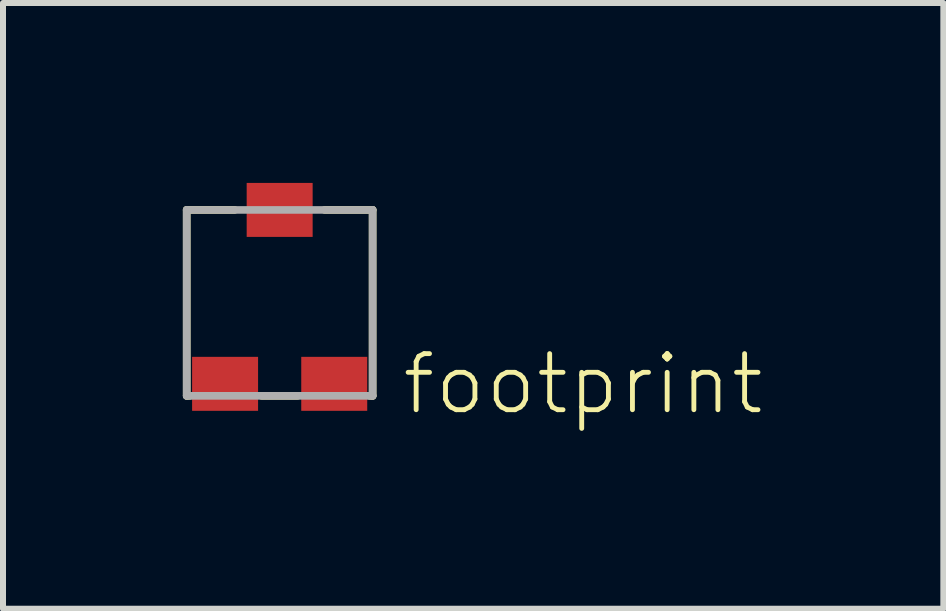
<source format=kicad_pcb>
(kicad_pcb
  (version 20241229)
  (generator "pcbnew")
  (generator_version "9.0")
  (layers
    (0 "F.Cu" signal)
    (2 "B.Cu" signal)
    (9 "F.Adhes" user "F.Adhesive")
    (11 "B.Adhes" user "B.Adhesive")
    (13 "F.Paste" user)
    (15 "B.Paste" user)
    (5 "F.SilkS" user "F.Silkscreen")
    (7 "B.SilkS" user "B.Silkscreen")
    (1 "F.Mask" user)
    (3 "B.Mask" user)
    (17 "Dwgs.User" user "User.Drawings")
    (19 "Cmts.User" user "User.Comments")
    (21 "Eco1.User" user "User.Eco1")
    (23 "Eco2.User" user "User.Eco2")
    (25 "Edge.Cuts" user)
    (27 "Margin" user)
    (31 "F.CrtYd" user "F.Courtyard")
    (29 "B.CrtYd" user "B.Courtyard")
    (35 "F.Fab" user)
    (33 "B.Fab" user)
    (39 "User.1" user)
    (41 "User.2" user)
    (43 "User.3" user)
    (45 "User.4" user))
  (footprint "footprint"
    (layer "F.Cu")
    (at 1.613 1.9)
    (property "Reference" "footprint" (at 2 2 0) (layer "F.SilkS") (effects (font (size 0.935 0.935) (thickness 0.081)) (justify left bottom)))
    (fp_line (start -1.55 -1.45) (end -1.55 1.65) (stroke (width 0.127) (type solid)) (layer "F.SilkS"))
    (fp_line (start -1.55 1.65) (end -1.5 1.65) (stroke (width 0.127) (type solid)) (layer "F.SilkS"))
    (fp_line (start -0.75 -1.45) (end -1.55 -1.45) (stroke (width 0.127) (type solid)) (layer "F.SilkS"))
    (fp_line (start -0.3 1.65) (end 0.3 1.65) (stroke (width 0.127) (type solid)) (layer "F.SilkS"))
    (fp_line (start 1.5 1.65) (end 1.55 1.65) (stroke (width 0.127) (type solid)) (layer "F.SilkS"))
    (fp_line (start 1.55 -1.45) (end 0.75 -1.45) (stroke (width 0.127) (type solid)) (layer "F.SilkS"))
    (fp_line (start 1.55 1.65) (end 1.55 -1.45) (stroke (width 0.127) (type solid)) (layer "F.SilkS"))
    (fp_line (start -1.55 -1.45) (end -1.55 1.65) (stroke (width 0.127) (type solid)) (layer "F.Fab"))
    (fp_line (start -1.55 1.65) (end 1.55 1.65) (stroke (width 0.127) (type solid)) (layer "F.Fab"))
    (fp_line (start 1.55 -1.45) (end -1.55 -1.45) (stroke (width 0.127) (type solid)) (layer "F.Fab"))
    (fp_line (start 1.55 1.65) (end 1.55 -1.45) (stroke (width 0.127) (type solid)) (layer "F.Fab"))
    (pad "1" smd rect (at -0.91 1.45) (size 1.1 0.9) (layers "F.Cu" "F.Mask" "F.Paste"))
    (pad "2" smd rect (at 0 -1.45) (size 1.1 0.9) (layers "F.Cu" "F.Mask" "F.Paste"))
    (pad "3" smd rect (at 0.91 1.45) (size 1.1 0.9) (layers "F.Cu" "F.Mask" "F.Paste")))
  (gr_rect
    (start -3 -3)
    (end 12.679 7.1)
    (stroke (width 0.1) (type default))
    (fill no)
    (layer "Edge.Cuts")))
</source>
